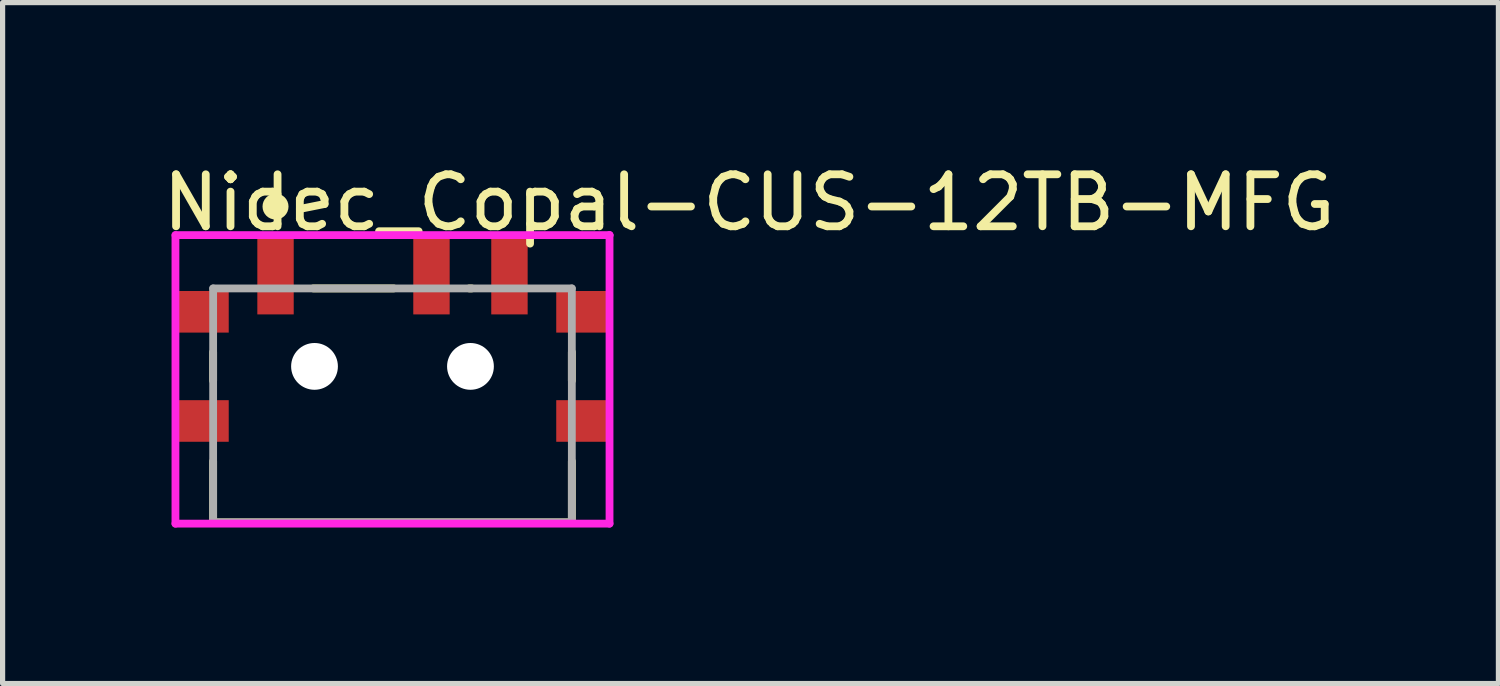
<source format=kicad_pcb>
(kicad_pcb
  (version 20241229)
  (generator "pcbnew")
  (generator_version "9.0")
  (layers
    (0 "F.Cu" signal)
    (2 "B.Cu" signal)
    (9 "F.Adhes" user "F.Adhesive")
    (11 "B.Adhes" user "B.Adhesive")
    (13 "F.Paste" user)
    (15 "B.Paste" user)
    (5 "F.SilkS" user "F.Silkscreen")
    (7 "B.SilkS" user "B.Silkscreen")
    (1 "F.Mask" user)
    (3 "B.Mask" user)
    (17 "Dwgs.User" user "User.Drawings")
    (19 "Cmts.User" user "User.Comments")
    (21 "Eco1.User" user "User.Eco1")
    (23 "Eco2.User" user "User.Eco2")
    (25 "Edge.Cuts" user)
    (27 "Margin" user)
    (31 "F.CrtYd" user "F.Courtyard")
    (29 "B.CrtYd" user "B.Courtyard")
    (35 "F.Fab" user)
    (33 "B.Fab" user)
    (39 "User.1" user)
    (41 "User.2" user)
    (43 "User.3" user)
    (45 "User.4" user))
  (footprint "Nidec_Copal-CUS-12TB-MFG"
    (layer "F.Cu")
    (at 4.5 4.748)
    (property "Reference" "Nidec_Copal-CUS-12TB-MFG" (at -4.5 -3.9 0) (layer "F.SilkS") (effects (font (size 1 1) (thickness 0.15)) (justify left)))
    (attr through_hole)
    (fp_line (start -3.45 -0.475) (end -3.45 -1.025) (stroke (width 0.15) (type solid)) (layer "F.SilkS"))
    (fp_line (start -3.45 2.25) (end -3.45 1.075) (stroke (width 0.15) (type solid)) (layer "F.SilkS"))
    (fp_line (start -3.45 2.25) (end 3.45 2.25) (stroke (width 0.15) (type solid)) (layer "F.SilkS"))
    (fp_line (start -1.525 -2.25) (end 0.025 -2.25) (stroke (width 0.15) (type solid)) (layer "F.SilkS"))
    (fp_line (start 1.475 -2.25) (end 1.525 -2.25) (stroke (width 0.15) (type solid)) (layer "F.SilkS"))
    (fp_line (start 3.45 -0.475) (end 3.45 -1.025) (stroke (width 0.15) (type solid)) (layer "F.SilkS"))
    (fp_line (start 3.45 2.25) (end 3.45 1.075) (stroke (width 0.15) (type solid)) (layer "F.SilkS"))
    (fp_circle (center -2.25 -3.825) (end -2.125 -3.825) (stroke (width 0.25) (type solid)) (fill no) (layer "F.SilkS"))
    (fp_line (start -4.175 -3.275) (end -4.175 2.275) (stroke (width 0.15) (type solid)) (layer "F.CrtYd"))
    (fp_line (start -4.175 2.275) (end 4.175 2.275) (stroke (width 0.15) (type solid)) (layer "F.CrtYd"))
    (fp_line (start 4.175 -3.275) (end -4.175 -3.275) (stroke (width 0.15) (type solid)) (layer "F.CrtYd"))
    (fp_line (start 4.175 -3.275) (end 4.175 -3.275) (stroke (width 0.15) (type solid)) (layer "F.CrtYd"))
    (fp_line (start 4.175 2.275) (end 4.175 -3.275) (stroke (width 0.15) (type solid)) (layer "F.CrtYd"))
    (fp_line (start -3.45 -2.25) (end 3.45 -2.25) (stroke (width 0.15) (type solid)) (layer "F.Fab"))
    (fp_line (start -3.45 2.25) (end -3.45 -2.25) (stroke (width 0.15) (type solid)) (layer "F.Fab"))
    (fp_line (start 3.45 -2.25) (end 3.45 2.25) (stroke (width 0.15) (type solid)) (layer "F.Fab"))
    (fp_line (start 3.45 2.25) (end -3.45 2.25) (stroke (width 0.15) (type solid)) (layer "F.Fab"))
    (pad "" np_thru_hole circle (at -1.5 -0.75) (size 0.9 0.9) (drill 0.9) (layers "*.Cu" "*.Mask"))
    (pad "" np_thru_hole circle (at 1.5 -0.75) (size 0.9 0.9) (drill 0.9) (layers "*.Cu" "*.Mask"))
    (pad "1" smd rect (at -2.25 -2.5) (size 0.7 1.5) (layers "F.Cu" "F.Mask" "F.Paste"))
    (pad "2" smd rect (at 0.75 -2.5) (size 0.7 1.5) (layers "F.Cu" "F.Mask" "F.Paste"))
    (pad "3" smd rect (at 2.25 -2.5) (size 0.7 1.5) (layers "F.Cu" "F.Mask" "F.Paste"))
    (pad "4" smd rect (at -3.65 -1.8) (size 1 0.8) (layers "F.Cu" "F.Mask" "F.Paste"))
    (pad "5" smd rect (at 3.65 -1.8) (size 1 0.8) (layers "F.Cu" "F.Mask" "F.Paste"))
    (pad "6" smd rect (at -3.65 0.3) (size 1 0.8) (layers "F.Cu" "F.Mask" "F.Paste"))
    (pad "7" smd rect (at 3.65 0.3) (size 1 0.8) (layers "F.Cu" "F.Mask" "F.Paste")))
  (gr_rect
    (start -3 -3)
    (end 25.774 10.098)
    (stroke (width 0.1) (type default))
    (fill no)
    (layer "Edge.Cuts")))
</source>
